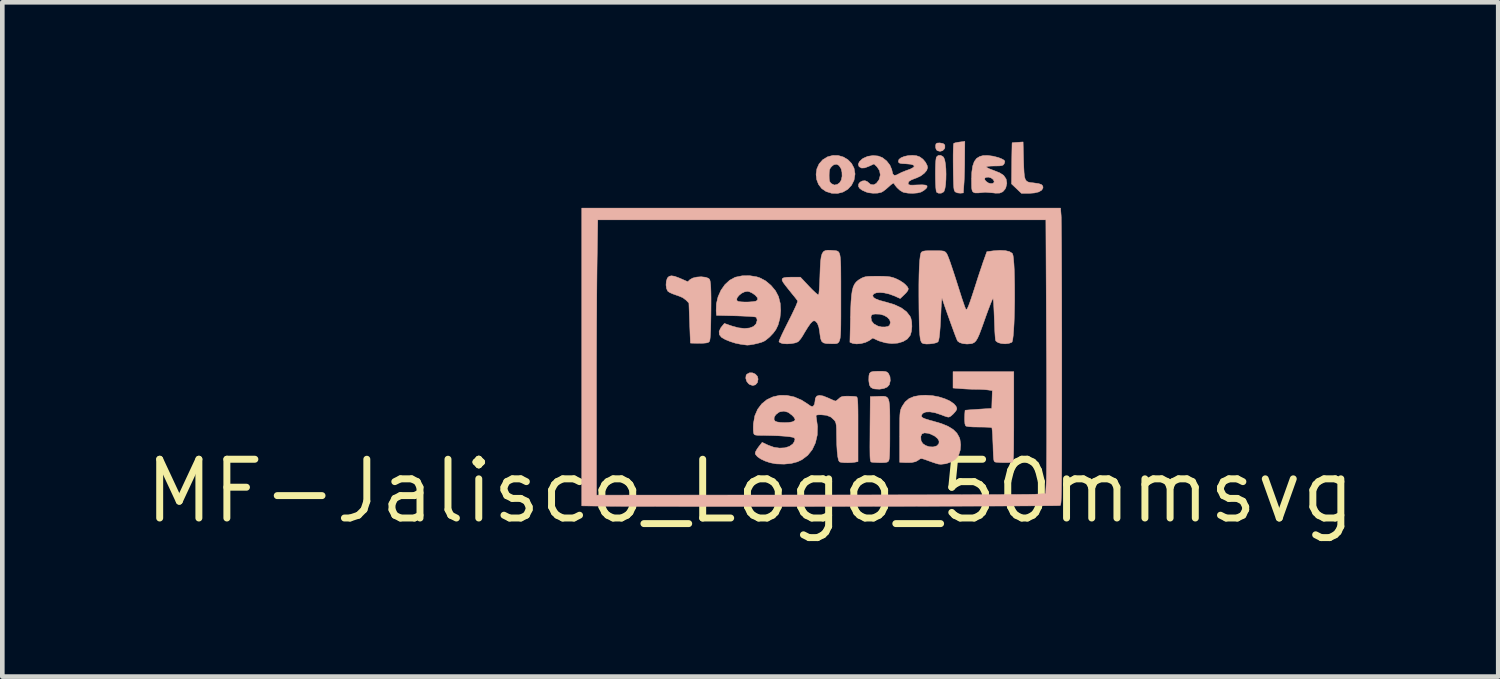
<source format=kicad_pcb>
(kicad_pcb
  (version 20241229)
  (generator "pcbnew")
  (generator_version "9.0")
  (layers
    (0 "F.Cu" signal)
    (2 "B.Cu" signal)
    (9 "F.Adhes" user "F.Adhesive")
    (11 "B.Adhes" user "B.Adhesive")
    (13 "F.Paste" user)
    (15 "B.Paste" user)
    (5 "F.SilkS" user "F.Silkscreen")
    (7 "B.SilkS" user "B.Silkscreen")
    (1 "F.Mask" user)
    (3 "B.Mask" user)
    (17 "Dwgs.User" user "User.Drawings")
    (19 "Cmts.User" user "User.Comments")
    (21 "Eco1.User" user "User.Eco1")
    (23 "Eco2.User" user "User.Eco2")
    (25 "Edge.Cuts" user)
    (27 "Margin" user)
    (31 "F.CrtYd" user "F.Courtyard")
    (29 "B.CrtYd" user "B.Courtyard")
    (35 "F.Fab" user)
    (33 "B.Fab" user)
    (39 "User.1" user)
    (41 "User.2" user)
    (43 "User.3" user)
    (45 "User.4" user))
  (footprint "MF-Jalisco_Logo_50mmsvg"
    (layer "F.Cu")
    (at 13.161 7.563)
    (property "Reference" "MF-Jalisco_Logo_50mmsvg" (at 0 0 0) (layer "F.SilkS") (effects (font (size 1.27 1.27) (thickness 0.15))))
    (attr through_hole)
    (fp_poly (pts (xy 0.048 -2.557) (xy 0.109 -2.53) (xy 0.154 -2.482) (xy 0.169 -2.422) (xy 0.154 -2.347) (xy 0.112 -2.299) (xy 0.054 -2.283) (xy -0.011 -2.304) (xy -0.038 -2.323) (xy -0.079 -2.377) (xy -0.097 -2.442) (xy -0.09 -2.502) (xy -0.074 -2.527) (xy -0.017 -2.558) (xy 0.048 -2.557)) (stroke (width 0.01) (type solid)) (fill yes) (layer "B.SilkS"))
    (fp_poly (pts (xy 4.166 -7.513) (xy 4.204 -7.48) (xy 4.205 -7.426) (xy 4.196 -7.399) (xy 4.157 -7.358) (xy 4.101 -7.343) (xy 4.046 -7.356) (xy 4.023 -7.375) (xy 4.006 -7.418) (xy 4.004 -7.465) (xy 4.013 -7.504) (xy 4.037 -7.521) (xy 4.089 -7.525) (xy 4.093 -7.525) (xy 4.166 -7.513)) (stroke (width 0.01) (type solid)) (fill yes) (layer "B.SilkS"))
    (fp_poly (pts (xy 2.86 -2.591) (xy 2.916 -2.586) (xy 2.951 -2.575) (xy 2.976 -2.555) (xy 2.986 -2.543) (xy 3.019 -2.473) (xy 3.025 -2.387) (xy 3.004 -2.3) (xy 3.002 -2.298) (xy 2.96 -2.251) (xy 2.887 -2.219) (xy 2.794 -2.204) (xy 2.693 -2.209) (xy 2.656 -2.216) (xy 2.605 -2.243) (xy 2.574 -2.296) (xy 2.562 -2.382) (xy 2.561 -2.412) (xy 2.564 -2.493) (xy 2.576 -2.544) (xy 2.606 -2.574) (xy 2.66 -2.587) (xy 2.748 -2.591) (xy 2.773 -2.591) (xy 2.86 -2.591)) (stroke (width 0.01) (type solid)) (fill yes) (layer "B.SilkS"))
    (fp_poly (pts (xy 4.162 -7.231) (xy 4.18 -7.21) (xy 4.202 -7.155) (xy 4.217 -7.071) (xy 4.227 -6.966) (xy 4.23 -6.852) (xy 4.228 -6.737) (xy 4.221 -6.63) (xy 4.207 -6.542) (xy 4.188 -6.482) (xy 4.177 -6.466) (xy 4.126 -6.439) (xy 4.067 -6.439) (xy 4.026 -6.46) (xy 4.017 -6.49) (xy 4.009 -6.554) (xy 4.004 -6.642) (xy 4.001 -6.746) (xy 4 -6.858) (xy 4.001 -6.969) (xy 4.004 -7.069) (xy 4.01 -7.151) (xy 4.018 -7.205) (xy 4.022 -7.219) (xy 4.061 -7.254) (xy 4.112 -7.257) (xy 4.162 -7.231)) (stroke (width 0.01) (type solid)) (fill yes) (layer "B.SilkS"))
    (fp_poly (pts (xy 4.633 -7.192) (xy 4.632 -7.054) (xy 4.629 -6.914) (xy 4.625 -6.785) (xy 4.62 -6.679) (xy 4.617 -6.636) (xy 4.604 -6.445) (xy 4.54 -6.439) (xy 4.479 -6.445) (xy 4.434 -6.464) (xy 4.421 -6.476) (xy 4.411 -6.493) (xy 4.403 -6.521) (xy 4.397 -6.566) (xy 4.393 -6.631) (xy 4.39 -6.724) (xy 4.387 -6.848) (xy 4.385 -6.997) (xy 4.384 -7.138) (xy 4.384 -7.266) (xy 4.386 -7.373) (xy 4.389 -7.454) (xy 4.393 -7.503) (xy 4.396 -7.514) (xy 4.425 -7.526) (xy 4.482 -7.538) (xy 4.524 -7.544) (xy 4.636 -7.558) (xy 4.633 -7.192)) (stroke (width 0.01) (type solid)) (fill yes) (layer "B.SilkS"))
    (fp_poly (pts (xy 5.905 -7.151) (xy 5.91 -6.999) (xy 5.916 -6.883) (xy 5.925 -6.799) (xy 5.941 -6.741) (xy 5.966 -6.703) (xy 6.001 -6.681) (xy 6.051 -6.669) (xy 6.116 -6.662) (xy 6.131 -6.66) (xy 6.23 -6.646) (xy 6.292 -6.625) (xy 6.321 -6.592) (xy 6.325 -6.553) (xy 6.297 -6.505) (xy 6.234 -6.467) (xy 6.139 -6.444) (xy 6.019 -6.435) (xy 6.015 -6.435) (xy 5.86 -6.435) (xy 5.645 -6.64) (xy 5.65 -7.082) (xy 5.651 -7.214) (xy 5.653 -7.33) (xy 5.655 -7.425) (xy 5.656 -7.492) (xy 5.658 -7.525) (xy 5.658 -7.528) (xy 5.68 -7.531) (xy 5.731 -7.535) (xy 5.779 -7.538) (xy 5.895 -7.546) (xy 5.905 -7.151)) (stroke (width 0.01) (type solid)) (fill yes) (layer "B.SilkS"))
    (fp_poly (pts (xy 2.886 -2.051) (xy 2.928 -2.043) (xy 2.959 -2.025) (xy 2.983 -1.991) (xy 2.998 -1.938) (xy 3.008 -1.862) (xy 3.014 -1.759) (xy 3.016 -1.624) (xy 3.016 -1.454) (xy 3.016 -1.311) (xy 3.016 -1.123) (xy 3.015 -0.974) (xy 3.012 -0.858) (xy 3.009 -0.772) (xy 3.004 -0.712) (xy 2.997 -0.673) (xy 2.989 -0.652) (xy 2.987 -0.649) (xy 2.96 -0.629) (xy 2.913 -0.619) (xy 2.836 -0.616) (xy 2.807 -0.616) (xy 2.727 -0.619) (xy 2.659 -0.623) (xy 2.619 -0.628) (xy 2.619 -0.628) (xy 2.609 -0.633) (xy 2.601 -0.645) (xy 2.595 -0.668) (xy 2.59 -0.707) (xy 2.587 -0.765) (xy 2.586 -0.848) (xy 2.585 -0.958) (xy 2.586 -1.101) (xy 2.587 -1.281) (xy 2.587 -1.34) (xy 2.593 -2.043) (xy 2.767 -2.049) (xy 2.833 -2.051) (xy 2.886 -2.051)) (stroke (width 0.01) (type solid)) (fill yes) (layer "B.SilkS"))
    (fp_poly (pts (xy 1.901 -7.253) (xy 2.011 -7.221) (xy 2.109 -7.163) (xy 2.188 -7.082) (xy 2.242 -6.98) (xy 2.263 -6.861) (xy 2.263 -6.847) (xy 2.242 -6.719) (xy 2.188 -6.611) (xy 2.107 -6.524) (xy 2.005 -6.464) (xy 1.888 -6.434) (xy 1.761 -6.437) (xy 1.638 -6.475) (xy 1.543 -6.54) (xy 1.475 -6.629) (xy 1.434 -6.736) (xy 1.425 -6.824) (xy 1.704 -6.824) (xy 1.706 -6.746) (xy 1.714 -6.697) (xy 1.732 -6.665) (xy 1.754 -6.644) (xy 1.817 -6.615) (xy 1.882 -6.629) (xy 1.934 -6.667) (xy 1.967 -6.724) (xy 1.984 -6.805) (xy 1.981 -6.894) (xy 1.962 -6.969) (xy 1.918 -7.037) (xy 1.865 -7.065) (xy 1.804 -7.053) (xy 1.761 -7.019) (xy 1.73 -6.983) (xy 1.713 -6.943) (xy 1.706 -6.886) (xy 1.704 -6.824) (xy 1.425 -6.824) (xy 1.422 -6.85) (xy 1.439 -6.965) (xy 1.487 -7.072) (xy 1.564 -7.16) (xy 1.67 -7.225) (xy 1.785 -7.255) (xy 1.901 -7.253)) (stroke (width 0.01) (type solid)) (fill yes) (layer "B.SilkS"))
    (fp_poly (pts (xy -1.634 -4.643) (xy -1.539 -4.608) (xy -1.499 -4.591) (xy -1.35 -4.526) (xy -1.302 -4.572) (xy -1.243 -4.605) (xy -1.157 -4.626) (xy -1.062 -4.633) (xy -0.972 -4.623) (xy -0.947 -4.616) (xy -0.905 -4.6) (xy -0.881 -4.58) (xy -0.868 -4.543) (xy -0.859 -4.478) (xy -0.857 -4.457) (xy -0.853 -4.398) (xy -0.85 -4.305) (xy -0.848 -4.184) (xy -0.848 -4.045) (xy -0.849 -3.894) (xy -0.85 -3.795) (xy -0.853 -3.621) (xy -0.856 -3.485) (xy -0.861 -3.383) (xy -0.867 -3.31) (xy -0.874 -3.262) (xy -0.883 -3.236) (xy -0.886 -3.231) (xy -0.91 -3.213) (xy -0.952 -3.203) (xy -1.019 -3.197) (xy -1.103 -3.196) (xy -1.187 -3.197) (xy -1.251 -3.198) (xy -1.288 -3.2) (xy -1.293 -3.201) (xy -1.294 -3.223) (xy -1.296 -3.281) (xy -1.3 -3.368) (xy -1.304 -3.478) (xy -1.309 -3.605) (xy -1.31 -3.635) (xy -1.326 -4.064) (xy -1.387 -4.128) (xy -1.461 -4.183) (xy -1.572 -4.228) (xy -1.598 -4.236) (xy -1.677 -4.264) (xy -1.743 -4.294) (xy -1.783 -4.322) (xy -1.783 -4.323) (xy -1.809 -4.378) (xy -1.82 -4.455) (xy -1.814 -4.535) (xy -1.793 -4.601) (xy -1.787 -4.61) (xy -1.752 -4.643) (xy -1.703 -4.654) (xy -1.634 -4.643)) (stroke (width 0.01) (type solid)) (fill yes) (layer "B.SilkS"))
    (fp_poly (pts (xy 5.248 -7.238) (xy 5.364 -7.208) (xy 5.434 -7.18) (xy 5.485 -7.151) (xy 5.501 -7.122) (xy 5.488 -7.08) (xy 5.481 -7.068) (xy 5.465 -7.048) (xy 5.437 -7.036) (xy 5.388 -7.029) (xy 5.309 -7.027) (xy 5.28 -7.027) (xy 5.199 -7.025) (xy 5.137 -7.02) (xy 5.104 -7.011) (xy 5.101 -7.008) (xy 5.119 -6.99) (xy 5.166 -6.966) (xy 5.202 -6.952) (xy 5.284 -6.921) (xy 5.368 -6.887) (xy 5.391 -6.878) (xy 5.476 -6.822) (xy 5.528 -6.745) (xy 5.544 -6.655) (xy 5.522 -6.559) (xy 5.504 -6.525) (xy 5.455 -6.469) (xy 5.389 -6.441) (xy 5.299 -6.439) (xy 5.253 -6.445) (xy 5.075 -6.459) (xy 4.932 -6.445) (xy 4.855 -6.445) (xy 4.819 -6.461) (xy 4.802 -6.478) (xy 4.791 -6.507) (xy 4.784 -6.554) (xy 4.782 -6.628) (xy 4.781 -6.729) (xy 4.782 -6.758) (xy 5.062 -6.758) (xy 5.071 -6.723) (xy 5.101 -6.689) (xy 5.148 -6.658) (xy 5.201 -6.646) (xy 5.246 -6.652) (xy 5.269 -6.677) (xy 5.271 -6.686) (xy 5.252 -6.732) (xy 5.205 -6.768) (xy 5.146 -6.786) (xy 5.089 -6.78) (xy 5.062 -6.758) (xy 4.782 -6.758) (xy 4.787 -6.896) (xy 4.806 -7.025) (xy 4.84 -7.122) (xy 4.89 -7.19) (xy 4.959 -7.232) (xy 5.033 -7.252) (xy 5.131 -7.254) (xy 5.248 -7.238)) (stroke (width 0.01) (type solid)) (fill yes) (layer "B.SilkS"))
    (fp_poly (pts (xy 5.694 -1.611) (xy 5.694 -1.381) (xy 5.693 -1.19) (xy 5.692 -1.034) (xy 5.691 -0.91) (xy 5.689 -0.814) (xy 5.686 -0.742) (xy 5.682 -0.691) (xy 5.677 -0.658) (xy 5.671 -0.638) (xy 5.664 -0.628) (xy 5.66 -0.627) (xy 5.622 -0.621) (xy 5.555 -0.617) (xy 5.474 -0.617) (xy 5.393 -0.62) (xy 5.325 -0.625) (xy 5.3 -0.628) (xy 5.283 -0.634) (xy 5.271 -0.646) (xy 5.263 -0.671) (xy 5.257 -0.715) (xy 5.252 -0.784) (xy 5.248 -0.884) (xy 5.245 -0.996) (xy 5.24 -1.116) (xy 5.235 -1.22) (xy 5.229 -1.302) (xy 5.223 -1.355) (xy 5.219 -1.371) (xy 5.193 -1.377) (xy 5.133 -1.382) (xy 5.049 -1.385) (xy 4.948 -1.386) (xy 4.942 -1.386) (xy 4.813 -1.388) (xy 4.723 -1.394) (xy 4.669 -1.404) (xy 4.653 -1.413) (xy 4.638 -1.454) (xy 4.632 -1.534) (xy 4.632 -1.592) (xy 4.635 -1.667) (xy 4.639 -1.723) (xy 4.642 -1.748) (xy 4.642 -1.749) (xy 4.663 -1.751) (xy 4.719 -1.756) (xy 4.802 -1.762) (xy 4.903 -1.769) (xy 4.932 -1.771) (xy 5.218 -1.789) (xy 5.224 -1.981) (xy 5.23 -2.174) (xy 5.131 -2.188) (xy 5.056 -2.195) (xy 4.962 -2.2) (xy 4.881 -2.201) (xy 4.782 -2.203) (xy 4.665 -2.208) (xy 4.557 -2.215) (xy 4.556 -2.215) (xy 4.381 -2.229) (xy 4.381 -2.582) (xy 5.694 -2.582) (xy 5.694 -1.611)) (stroke (width 0.01) (type solid)) (fill yes) (layer "B.SilkS"))
    (fp_poly (pts (xy 0.138 -4.632) (xy 0.204 -4.611) (xy 0.33 -4.545) (xy 0.447 -4.447) (xy 0.545 -4.33) (xy 0.61 -4.206) (xy 0.647 -4.06) (xy 0.657 -3.9) (xy 0.641 -3.738) (xy 0.6 -3.589) (xy 0.554 -3.493) (xy 0.494 -3.412) (xy 0.418 -3.332) (xy 0.338 -3.266) (xy 0.294 -3.238) (xy 0.238 -3.216) (xy 0.159 -3.194) (xy 0.072 -3.174) (xy -0.008 -3.161) (xy -0.066 -3.156) (xy -0.074 -3.157) (xy -0.105 -3.161) (xy -0.164 -3.169) (xy -0.213 -3.176) (xy -0.324 -3.199) (xy -0.437 -3.235) (xy -0.54 -3.277) (xy -0.616 -3.321) (xy -0.623 -3.326) (xy -0.668 -3.383) (xy -0.673 -3.452) (xy -0.638 -3.528) (xy -0.618 -3.554) (xy -0.559 -3.625) (xy -0.398 -3.569) (xy -0.254 -3.53) (xy -0.126 -3.516) (xy -0.017 -3.526) (xy 0.068 -3.558) (xy 0.124 -3.613) (xy 0.148 -3.688) (xy 0.148 -3.702) (xy 0.136 -3.745) (xy 0.122 -3.761) (xy 0.093 -3.767) (xy 0.029 -3.773) (xy -0.063 -3.779) (xy -0.177 -3.784) (xy -0.305 -3.789) (xy -0.318 -3.789) (xy -0.73 -3.799) (xy -0.737 -3.895) (xy -0.732 -4.05) (xy -0.708 -4.15) (xy -0.294 -4.15) (xy -0.287 -4.116) (xy -0.259 -4.1) (xy -0.2 -4.091) (xy -0.12 -4.087) (xy -0.033 -4.088) (xy 0.048 -4.094) (xy 0.11 -4.103) (xy 0.136 -4.113) (xy 0.162 -4.143) (xy 0.154 -4.18) (xy 0.151 -4.185) (xy 0.11 -4.233) (xy 0.047 -4.278) (xy -0.02 -4.31) (xy -0.062 -4.318) (xy -0.124 -4.307) (xy -0.185 -4.278) (xy -0.237 -4.237) (xy -0.276 -4.192) (xy -0.294 -4.15) (xy -0.708 -4.15) (xy -0.696 -4.201) (xy -0.633 -4.342) (xy -0.548 -4.463) (xy -0.444 -4.559) (xy -0.327 -4.622) (xy -0.32 -4.624) (xy -0.175 -4.654) (xy -0.016 -4.657) (xy 0.138 -4.632)) (stroke (width 0.01) (type solid)) (fill yes) (layer "B.SilkS"))
    (fp_poly (pts (xy 2.752 -4.645) (xy 2.871 -4.644) (xy 2.959 -4.639) (xy 3.027 -4.63) (xy 3.087 -4.615) (xy 3.143 -4.594) (xy 3.231 -4.551) (xy 3.313 -4.497) (xy 3.351 -4.464) (xy 3.396 -4.415) (xy 3.415 -4.375) (xy 3.405 -4.335) (xy 3.366 -4.285) (xy 3.315 -4.235) (xy 3.24 -4.163) (xy 3.107 -4.222) (xy 2.999 -4.261) (xy 2.894 -4.285) (xy 2.799 -4.293) (xy 2.721 -4.286) (xy 2.668 -4.264) (xy 2.646 -4.227) (xy 2.646 -4.222) (xy 2.661 -4.188) (xy 2.71 -4.155) (xy 2.795 -4.122) (xy 2.919 -4.089) (xy 2.926 -4.087) (xy 3.111 -4.032) (xy 3.261 -3.962) (xy 3.375 -3.878) (xy 3.451 -3.781) (xy 3.47 -3.74) (xy 3.488 -3.657) (xy 3.492 -3.556) (xy 3.482 -3.455) (xy 3.459 -3.374) (xy 3.455 -3.366) (xy 3.394 -3.289) (xy 3.303 -3.234) (xy 3.189 -3.2) (xy 3.06 -3.19) (xy 2.924 -3.205) (xy 2.787 -3.245) (xy 2.747 -3.262) (xy 2.647 -3.309) (xy 2.567 -3.253) (xy 2.489 -3.215) (xy 2.393 -3.19) (xy 2.297 -3.182) (xy 2.217 -3.192) (xy 2.204 -3.197) (xy 2.153 -3.218) (xy 2.165 -3.731) (xy 2.165 -3.755) (xy 2.608 -3.755) (xy 2.62 -3.678) (xy 2.671 -3.615) (xy 2.759 -3.567) (xy 2.762 -3.566) (xy 2.837 -3.549) (xy 2.912 -3.548) (xy 2.976 -3.56) (xy 3.011 -3.584) (xy 3.029 -3.646) (xy 3.011 -3.705) (xy 2.963 -3.757) (xy 2.892 -3.799) (xy 2.802 -3.824) (xy 2.701 -3.828) (xy 2.699 -3.828) (xy 2.644 -3.82) (xy 2.618 -3.802) (xy 2.608 -3.763) (xy 2.608 -3.755) (xy 2.165 -3.755) (xy 2.17 -3.932) (xy 2.177 -4.096) (xy 2.188 -4.228) (xy 2.203 -4.331) (xy 2.224 -4.411) (xy 2.252 -4.472) (xy 2.288 -4.52) (xy 2.335 -4.56) (xy 2.392 -4.595) (xy 2.402 -4.601) (xy 2.444 -4.62) (xy 2.488 -4.633) (xy 2.544 -4.641) (xy 2.622 -4.644) (xy 2.732 -4.645) (xy 2.752 -4.645)) (stroke (width 0.01) (type solid)) (fill yes) (layer "B.SilkS"))
    (fp_poly (pts (xy 3.933 -2.065) (xy 4.075 -2.038) (xy 4.205 -1.997) (xy 4.317 -1.946) (xy 4.402 -1.886) (xy 4.445 -1.835) (xy 4.463 -1.793) (xy 4.458 -1.76) (xy 4.433 -1.722) (xy 4.385 -1.668) (xy 4.338 -1.626) (xy 4.31 -1.608) (xy 4.284 -1.6) (xy 4.249 -1.606) (xy 4.193 -1.625) (xy 4.128 -1.65) (xy 3.996 -1.694) (xy 3.883 -1.714) (xy 3.793 -1.711) (xy 3.731 -1.684) (xy 3.716 -1.668) (xy 3.699 -1.635) (xy 3.702 -1.608) (xy 3.73 -1.584) (xy 3.788 -1.56) (xy 3.88 -1.532) (xy 3.948 -1.514) (xy 4.131 -1.46) (xy 4.276 -1.4) (xy 4.386 -1.332) (xy 4.465 -1.253) (xy 4.516 -1.162) (xy 4.531 -1.117) (xy 4.546 -1.003) (xy 4.536 -0.885) (xy 4.502 -0.779) (xy 4.487 -0.751) (xy 4.424 -0.683) (xy 4.332 -0.629) (xy 4.226 -0.593) (xy 4.119 -0.581) (xy 4.065 -0.586) (xy 4.021 -0.598) (xy 3.951 -0.621) (xy 3.869 -0.65) (xy 3.85 -0.657) (xy 3.77 -0.686) (xy 3.718 -0.702) (xy 3.686 -0.704) (xy 3.663 -0.695) (xy 3.64 -0.677) (xy 3.575 -0.639) (xy 3.486 -0.619) (xy 3.366 -0.617) (xy 3.344 -0.618) (xy 3.228 -0.624) (xy 3.228 -1.175) (xy 3.228 -1.184) (xy 3.684 -1.184) (xy 3.689 -1.102) (xy 3.692 -1.087) (xy 3.727 -1.029) (xy 3.79 -0.986) (xy 3.869 -0.96) (xy 3.951 -0.956) (xy 4.025 -0.977) (xy 4.039 -0.986) (xy 4.077 -1.032) (xy 4.079 -1.085) (xy 4.047 -1.139) (xy 3.986 -1.19) (xy 3.899 -1.233) (xy 3.844 -1.251) (xy 3.763 -1.26) (xy 3.709 -1.238) (xy 3.684 -1.184) (xy 3.228 -1.184) (xy 3.228 -1.342) (xy 3.229 -1.472) (xy 3.23 -1.571) (xy 3.233 -1.646) (xy 3.238 -1.701) (xy 3.245 -1.742) (xy 3.255 -1.775) (xy 3.269 -1.806) (xy 3.281 -1.831) (xy 3.346 -1.929) (xy 3.43 -2) (xy 3.539 -2.046) (xy 3.678 -2.07) (xy 3.79 -2.074) (xy 3.933 -2.065)) (stroke (width 0.01) (type solid)) (fill yes) (layer "B.SilkS"))
    (fp_poly (pts (xy 1.741 -5.205) (xy 1.781 -5.202) (xy 1.822 -5.199) (xy 1.856 -5.195) (xy 1.884 -5.187) (xy 1.907 -5.171) (xy 1.924 -5.144) (xy 1.937 -5.101) (xy 1.946 -5.041) (xy 1.952 -4.958) (xy 1.956 -4.849) (xy 1.957 -4.711) (xy 1.958 -4.54) (xy 1.958 -4.332) (xy 1.958 -4.191) (xy 1.958 -3.959) (xy 1.958 -3.765) (xy 1.957 -3.607) (xy 1.955 -3.48) (xy 1.95 -3.382) (xy 1.942 -3.308) (xy 1.929 -3.255) (xy 1.912 -3.221) (xy 1.89 -3.2) (xy 1.861 -3.189) (xy 1.825 -3.186) (xy 1.781 -3.186) (xy 1.737 -3.187) (xy 1.643 -3.19) (xy 1.581 -3.205) (xy 1.542 -3.239) (xy 1.519 -3.3) (xy 1.505 -3.395) (xy 1.503 -3.416) (xy 1.483 -3.539) (xy 1.452 -3.625) (xy 1.41 -3.673) (xy 1.376 -3.683) (xy 1.343 -3.668) (xy 1.299 -3.622) (xy 1.243 -3.541) (xy 1.172 -3.426) (xy 1.134 -3.36) (xy 1.092 -3.296) (xy 1.048 -3.244) (xy 1.027 -3.226) (xy 0.97 -3.204) (xy 0.887 -3.189) (xy 0.796 -3.183) (xy 0.712 -3.188) (xy 0.69 -3.192) (xy 0.643 -3.21) (xy 0.62 -3.23) (xy 0.627 -3.255) (xy 0.651 -3.312) (xy 0.689 -3.395) (xy 0.739 -3.498) (xy 0.798 -3.616) (xy 0.825 -3.67) (xy 0.889 -3.797) (xy 0.943 -3.91) (xy 0.986 -4.002) (xy 1.013 -4.07) (xy 1.024 -4.107) (xy 1.024 -4.112) (xy 1.004 -4.139) (xy 0.965 -4.19) (xy 0.911 -4.256) (xy 0.878 -4.297) (xy 0.817 -4.373) (xy 0.761 -4.444) (xy 0.721 -4.498) (xy 0.709 -4.515) (xy 0.687 -4.56) (xy 0.691 -4.592) (xy 0.725 -4.612) (xy 0.793 -4.622) (xy 0.899 -4.625) (xy 0.902 -4.625) (xy 1.083 -4.625) (xy 1.271 -4.425) (xy 1.342 -4.352) (xy 1.404 -4.293) (xy 1.45 -4.254) (xy 1.474 -4.241) (xy 1.476 -4.242) (xy 1.482 -4.267) (xy 1.488 -4.328) (xy 1.494 -4.417) (xy 1.5 -4.529) (xy 1.505 -4.655) (xy 1.505 -4.664) (xy 1.511 -4.832) (xy 1.519 -4.963) (xy 1.532 -5.061) (xy 1.551 -5.129) (xy 1.579 -5.174) (xy 1.619 -5.198) (xy 1.672 -5.207) (xy 1.741 -5.205)) (stroke (width 0.01) (type solid)) (fill yes) (layer "B.SilkS"))
    (fp_poly (pts (xy 3.589 -7.249) (xy 3.661 -7.224) (xy 3.73 -7.174) (xy 3.788 -7.105) (xy 3.824 -7.032) (xy 3.831 -6.99) (xy 3.812 -6.931) (xy 3.76 -6.87) (xy 3.685 -6.813) (xy 3.593 -6.769) (xy 3.577 -6.764) (xy 3.484 -6.728) (xy 3.429 -6.694) (xy 3.411 -6.658) (xy 3.414 -6.638) (xy 3.428 -6.622) (xy 3.458 -6.614) (xy 3.513 -6.613) (xy 3.602 -6.617) (xy 3.603 -6.617) (xy 3.713 -6.62) (xy 3.785 -6.614) (xy 3.819 -6.598) (xy 3.82 -6.57) (xy 3.799 -6.539) (xy 3.749 -6.497) (xy 3.689 -6.463) (xy 3.612 -6.444) (xy 3.512 -6.436) (xy 3.409 -6.44) (xy 3.32 -6.455) (xy 3.295 -6.464) (xy 3.234 -6.501) (xy 3.172 -6.558) (xy 3.122 -6.619) (xy 3.106 -6.651) (xy 3.086 -6.653) (xy 3.042 -6.624) (xy 2.992 -6.579) (xy 2.93 -6.524) (xy 2.87 -6.479) (xy 2.83 -6.457) (xy 2.749 -6.44) (xy 2.651 -6.438) (xy 2.556 -6.449) (xy 2.508 -6.463) (xy 2.418 -6.503) (xy 2.364 -6.543) (xy 2.338 -6.584) (xy 2.34 -6.635) (xy 2.372 -6.677) (xy 2.422 -6.703) (xy 2.479 -6.709) (xy 2.529 -6.689) (xy 2.541 -6.677) (xy 2.601 -6.628) (xy 2.664 -6.619) (xy 2.724 -6.651) (xy 2.777 -6.721) (xy 2.787 -6.74) (xy 2.81 -6.834) (xy 2.793 -6.927) (xy 2.739 -7.009) (xy 2.734 -7.014) (xy 2.674 -7.071) (xy 2.563 -7.02) (xy 2.473 -6.986) (xy 2.406 -6.982) (xy 2.358 -7.008) (xy 2.348 -7.018) (xy 2.334 -7.065) (xy 2.358 -7.119) (xy 2.417 -7.176) (xy 2.44 -7.192) (xy 2.538 -7.235) (xy 2.652 -7.252) (xy 2.765 -7.242) (xy 2.855 -7.207) (xy 2.946 -7.136) (xy 3.017 -7.045) (xy 3.058 -6.948) (xy 3.063 -6.922) (xy 3.08 -6.854) (xy 3.11 -6.824) (xy 3.158 -6.831) (xy 3.201 -6.853) (xy 3.27 -6.888) (xy 3.346 -6.919) (xy 3.355 -6.922) (xy 3.459 -6.96) (xy 3.522 -6.994) (xy 3.544 -7.023) (xy 3.524 -7.047) (xy 3.463 -7.065) (xy 3.361 -7.074) (xy 3.358 -7.074) (xy 3.279 -7.078) (xy 3.233 -7.086) (xy 3.21 -7.099) (xy 3.201 -7.121) (xy 3.2 -7.127) (xy 3.213 -7.169) (xy 3.259 -7.205) (xy 3.329 -7.233) (xy 3.413 -7.251) (xy 3.503 -7.257) (xy 3.589 -7.249)) (stroke (width 0.01) (type solid)) (fill yes) (layer "B.SilkS"))
    (fp_poly (pts (xy 6.717 -5.955) (xy 6.719 -5.915) (xy 6.72 -5.835) (xy 6.722 -5.718) (xy 6.723 -5.566) (xy 6.725 -5.382) (xy 6.726 -5.169) (xy 6.727 -4.928) (xy 6.728 -4.662) (xy 6.729 -4.375) (xy 6.73 -4.068) (xy 6.73 -3.744) (xy 6.731 -3.406) (xy 6.731 -3.055) (xy 6.731 -2.751) (xy 6.731 -2.331) (xy 6.731 -1.952) (xy 6.731 -1.611) (xy 6.73 -1.306) (xy 6.73 -1.036) (xy 6.73 -0.797) (xy 6.729 -0.589) (xy 6.728 -0.408) (xy 6.727 -0.254) (xy 6.725 -0.124) (xy 6.724 -0.015) (xy 6.722 0.073) (xy 6.719 0.144) (xy 6.717 0.199) (xy 6.714 0.24) (xy 6.71 0.269) (xy 6.706 0.289) (xy 6.702 0.301) (xy 6.697 0.308) (xy 6.694 0.31) (xy 6.67 0.311) (xy 6.607 0.313) (xy 6.505 0.314) (xy 6.368 0.315) (xy 6.197 0.316) (xy 5.996 0.318) (xy 5.766 0.319) (xy 5.509 0.32) (xy 5.228 0.321) (xy 4.925 0.322) (xy 4.603 0.323) (xy 4.263 0.324) (xy 3.908 0.325) (xy 3.54 0.326) (xy 3.161 0.327) (xy 2.774 0.327) (xy 2.38 0.328) (xy 1.983 0.329) (xy 1.585 0.329) (xy 1.186 0.33) (xy 0.791 0.33) (xy 0.401 0.33) (xy 0.019 0.33) (xy -0.354 0.33) (xy -0.715 0.33) (xy -1.061 0.33) (xy -1.392 0.33) (xy -1.703 0.329) (xy -1.993 0.329) (xy -2.26 0.328) (xy -2.502 0.328) (xy -2.715 0.327) (xy -2.899 0.326) (xy -3.05 0.325) (xy -3.167 0.324) (xy -3.201 0.323) (xy -3.641 0.317) (xy -3.641 -2.029) (xy -3.323 -2.029) (xy -3.323 0.085) (xy 1.296 0.082) (xy 1.739 0.082) (xy 2.172 0.081) (xy 2.594 0.081) (xy 3.002 0.08) (xy 3.395 0.079) (xy 3.77 0.079) (xy 4.125 0.078) (xy 4.459 0.077) (xy 4.769 0.076) (xy 5.053 0.075) (xy 5.309 0.074) (xy 5.536 0.072) (xy 5.73 0.071) (xy 5.89 0.07) (xy 6.015 0.069) (xy 6.101 0.067) (xy 6.147 0.066) (xy 6.149 0.066) (xy 6.382 0.053) (xy 6.398 -0.222) (xy 6.399 -0.278) (xy 6.401 -0.373) (xy 6.402 -0.505) (xy 6.403 -0.671) (xy 6.404 -0.867) (xy 6.405 -1.091) (xy 6.405 -1.341) (xy 6.405 -1.613) (xy 6.404 -1.904) (xy 6.404 -2.211) (xy 6.403 -2.532) (xy 6.402 -2.864) (xy 6.4 -3.18) (xy 6.387 -5.863) (xy -3.295 -5.863) (xy -3.309 -5.002) (xy -3.311 -4.854) (xy -3.313 -4.667) (xy -3.315 -4.448) (xy -3.317 -4.2) (xy -3.318 -3.928) (xy -3.32 -3.636) (xy -3.321 -3.33) (xy -3.322 -3.014) (xy -3.323 -2.693) (xy -3.323 -2.37) (xy -3.323 -2.051) (xy -3.323 -2.029) (xy -3.641 -2.029) (xy -3.641 -6.117) (xy 6.704 -6.117) (xy 6.717 -5.955)) (stroke (width 0.01) (type solid)) (fill yes) (layer "B.SilkS"))
    (fp_poly (pts (xy 1.575 -2.057) (xy 1.685 -2.013) (xy 1.69 -2.011) (xy 1.759 -1.979) (xy 1.814 -1.956) (xy 1.842 -1.947) (xy 1.842 -1.947) (xy 1.868 -1.961) (xy 1.908 -1.994) (xy 1.914 -2) (xy 1.948 -2.029) (xy 1.986 -2.045) (xy 2.043 -2.052) (xy 2.114 -2.053) (xy 2.193 -2.051) (xy 2.258 -2.047) (xy 2.295 -2.04) (xy 2.304 -2.033) (xy 2.311 -2.016) (xy 2.317 -1.984) (xy 2.322 -1.934) (xy 2.325 -1.862) (xy 2.327 -1.763) (xy 2.328 -1.633) (xy 2.328 -1.467) (xy 2.328 -1.334) (xy 2.328 -0.64) (xy 2.262 -0.627) (xy 2.191 -0.618) (xy 2.107 -0.615) (xy 2.026 -0.617) (xy 1.96 -0.624) (xy 1.927 -0.634) (xy 1.907 -0.668) (xy 1.891 -0.742) (xy 1.878 -0.853) (xy 1.869 -0.999) (xy 1.865 -1.178) (xy 1.864 -1.23) (xy 1.863 -1.339) (xy 1.859 -1.415) (xy 1.851 -1.466) (xy 1.838 -1.502) (xy 1.819 -1.531) (xy 1.818 -1.532) (xy 1.743 -1.601) (xy 1.647 -1.64) (xy 1.533 -1.651) (xy 1.466 -1.65) (xy 1.431 -1.644) (xy 1.421 -1.629) (xy 1.425 -1.598) (xy 1.426 -1.593) (xy 1.453 -1.397) (xy 1.447 -1.213) (xy 1.408 -1.045) (xy 1.339 -0.898) (xy 1.241 -0.775) (xy 1.115 -0.68) (xy 1.019 -0.635) (xy 0.886 -0.6) (xy 0.731 -0.585) (xy 0.571 -0.59) (xy 0.538 -0.594) (xy 0.426 -0.616) (xy 0.32 -0.652) (xy 0.227 -0.696) (xy 0.156 -0.745) (xy 0.114 -0.794) (xy 0.106 -0.823) (xy 0.118 -0.86) (xy 0.15 -0.915) (xy 0.181 -0.958) (xy 0.257 -1.055) (xy 0.388 -0.993) (xy 0.51 -0.949) (xy 0.632 -0.931) (xy 0.746 -0.937) (xy 0.844 -0.967) (xy 0.918 -1.019) (xy 0.949 -1.066) (xy 0.966 -1.116) (xy 0.957 -1.147) (xy 0.954 -1.15) (xy 0.919 -1.165) (xy 0.847 -1.177) (xy 0.743 -1.188) (xy 0.612 -1.197) (xy 0.461 -1.202) (xy 0.323 -1.205) (xy 0.22 -1.206) (xy 0.152 -1.208) (xy 0.11 -1.214) (xy 0.088 -1.224) (xy 0.077 -1.242) (xy 0.072 -1.261) (xy 0.066 -1.31) (xy 0.065 -1.385) (xy 0.068 -1.461) (xy 0.084 -1.546) (xy 0.514 -1.546) (xy 0.539 -1.511) (xy 0.584 -1.495) (xy 0.657 -1.485) (xy 0.743 -1.482) (xy 0.828 -1.485) (xy 0.899 -1.496) (xy 0.919 -1.502) (xy 0.961 -1.525) (xy 0.969 -1.554) (xy 0.945 -1.596) (xy 0.903 -1.641) (xy 0.817 -1.705) (xy 0.726 -1.729) (xy 0.637 -1.714) (xy 0.609 -1.7) (xy 0.55 -1.652) (xy 0.517 -1.597) (xy 0.514 -1.546) (xy 0.084 -1.546) (xy 0.098 -1.628) (xy 0.16 -1.771) (xy 0.249 -1.888) (xy 0.36 -1.978) (xy 0.491 -2.039) (xy 0.635 -2.071) (xy 0.789 -2.07) (xy 0.948 -2.037) (xy 1.109 -1.968) (xy 1.243 -1.882) (xy 1.298 -1.843) (xy 1.333 -1.829) (xy 1.359 -1.836) (xy 1.364 -1.841) (xy 1.388 -1.881) (xy 1.397 -1.93) (xy 1.407 -2.009) (xy 1.438 -2.055) (xy 1.494 -2.071) (xy 1.575 -2.057)) (stroke (width 0.01) (type solid)) (fill yes) (layer "B.SilkS"))
    (fp_poly (pts (xy 5.51 -5.198) (xy 5.6 -5.177) (xy 5.657 -5.142) (xy 5.665 -5.132) (xy 5.678 -5.091) (xy 5.688 -5.015) (xy 5.697 -4.909) (xy 5.704 -4.779) (xy 5.708 -4.629) (xy 5.711 -4.464) (xy 5.712 -4.291) (xy 5.712 -4.115) (xy 5.709 -3.94) (xy 5.705 -3.773) (xy 5.699 -3.618) (xy 5.691 -3.481) (xy 5.682 -3.367) (xy 5.671 -3.281) (xy 5.659 -3.23) (xy 5.651 -3.217) (xy 5.586 -3.193) (xy 5.507 -3.184) (xy 5.426 -3.191) (xy 5.356 -3.21) (xy 5.31 -3.242) (xy 5.302 -3.255) (xy 5.296 -3.286) (xy 5.29 -3.353) (xy 5.284 -3.449) (xy 5.279 -3.565) (xy 5.274 -3.695) (xy 5.273 -3.718) (xy 5.268 -3.849) (xy 5.263 -3.964) (xy 5.258 -4.058) (xy 5.252 -4.125) (xy 5.248 -4.157) (xy 5.247 -4.158) (xy 5.239 -4.155) (xy 5.227 -4.132) (xy 5.207 -4.087) (xy 5.179 -4.016) (xy 5.141 -3.917) (xy 5.093 -3.786) (xy 5.034 -3.619) (xy 4.996 -3.514) (xy 4.95 -3.392) (xy 4.911 -3.305) (xy 4.875 -3.247) (xy 4.837 -3.211) (xy 4.793 -3.191) (xy 4.774 -3.187) (xy 4.683 -3.18) (xy 4.594 -3.189) (xy 4.522 -3.212) (xy 4.478 -3.246) (xy 4.478 -3.246) (xy 4.465 -3.276) (xy 4.44 -3.338) (xy 4.407 -3.425) (xy 4.368 -3.532) (xy 4.325 -3.65) (xy 4.281 -3.773) (xy 4.238 -3.894) (xy 4.199 -4.005) (xy 4.167 -4.099) (xy 4.144 -4.169) (xy 4.144 -4.17) (xy 4.14 -4.161) (xy 4.135 -4.116) (xy 4.129 -4.041) (xy 4.123 -3.942) (xy 4.12 -3.863) (xy 4.111 -3.676) (xy 4.102 -3.528) (xy 4.093 -3.414) (xy 4.083 -3.329) (xy 4.073 -3.272) (xy 4.061 -3.236) (xy 4.055 -3.226) (xy 4.021 -3.208) (xy 3.96 -3.193) (xy 3.884 -3.183) (xy 3.809 -3.18) (xy 3.748 -3.187) (xy 3.74 -3.189) (xy 3.717 -3.199) (xy 3.698 -3.219) (xy 3.683 -3.252) (xy 3.672 -3.302) (xy 3.663 -3.375) (xy 3.656 -3.473) (xy 3.651 -3.601) (xy 3.648 -3.764) (xy 3.645 -3.937) (xy 3.643 -4.214) (xy 3.643 -4.459) (xy 3.646 -4.67) (xy 3.652 -4.845) (xy 3.661 -4.984) (xy 3.673 -5.085) (xy 3.687 -5.145) (xy 3.694 -5.158) (xy 3.712 -5.175) (xy 3.741 -5.186) (xy 3.789 -5.193) (xy 3.865 -5.196) (xy 3.958 -5.196) (xy 4.062 -5.196) (xy 4.132 -5.193) (xy 4.178 -5.187) (xy 4.206 -5.175) (xy 4.227 -5.156) (xy 4.234 -5.148) (xy 4.248 -5.127) (xy 4.265 -5.091) (xy 4.286 -5.039) (xy 4.313 -4.966) (xy 4.346 -4.869) (xy 4.388 -4.744) (xy 4.439 -4.588) (xy 4.5 -4.396) (xy 4.538 -4.276) (xy 4.573 -4.166) (xy 4.606 -4.07) (xy 4.632 -3.994) (xy 4.651 -3.947) (xy 4.655 -3.937) (xy 4.666 -3.927) (xy 4.678 -3.932) (xy 4.693 -3.953) (xy 4.713 -3.997) (xy 4.739 -4.065) (xy 4.773 -4.163) (xy 4.816 -4.293) (xy 4.87 -4.46) (xy 4.871 -4.463) (xy 4.914 -4.599) (xy 4.958 -4.732) (xy 4.999 -4.853) (xy 5.032 -4.953) (xy 5.055 -5.016) (xy 5.112 -5.175) (xy 5.255 -5.194) (xy 5.393 -5.204) (xy 5.51 -5.198)) (stroke (width 0.01) (type solid)) (fill yes) (layer "B.SilkS")))
  (gr_rect
    (start -3 -3)
    (end 29.322 11.569)
    (stroke (width 0.1) (type default))
    (fill no)
    (layer "Edge.Cuts")))
</source>
